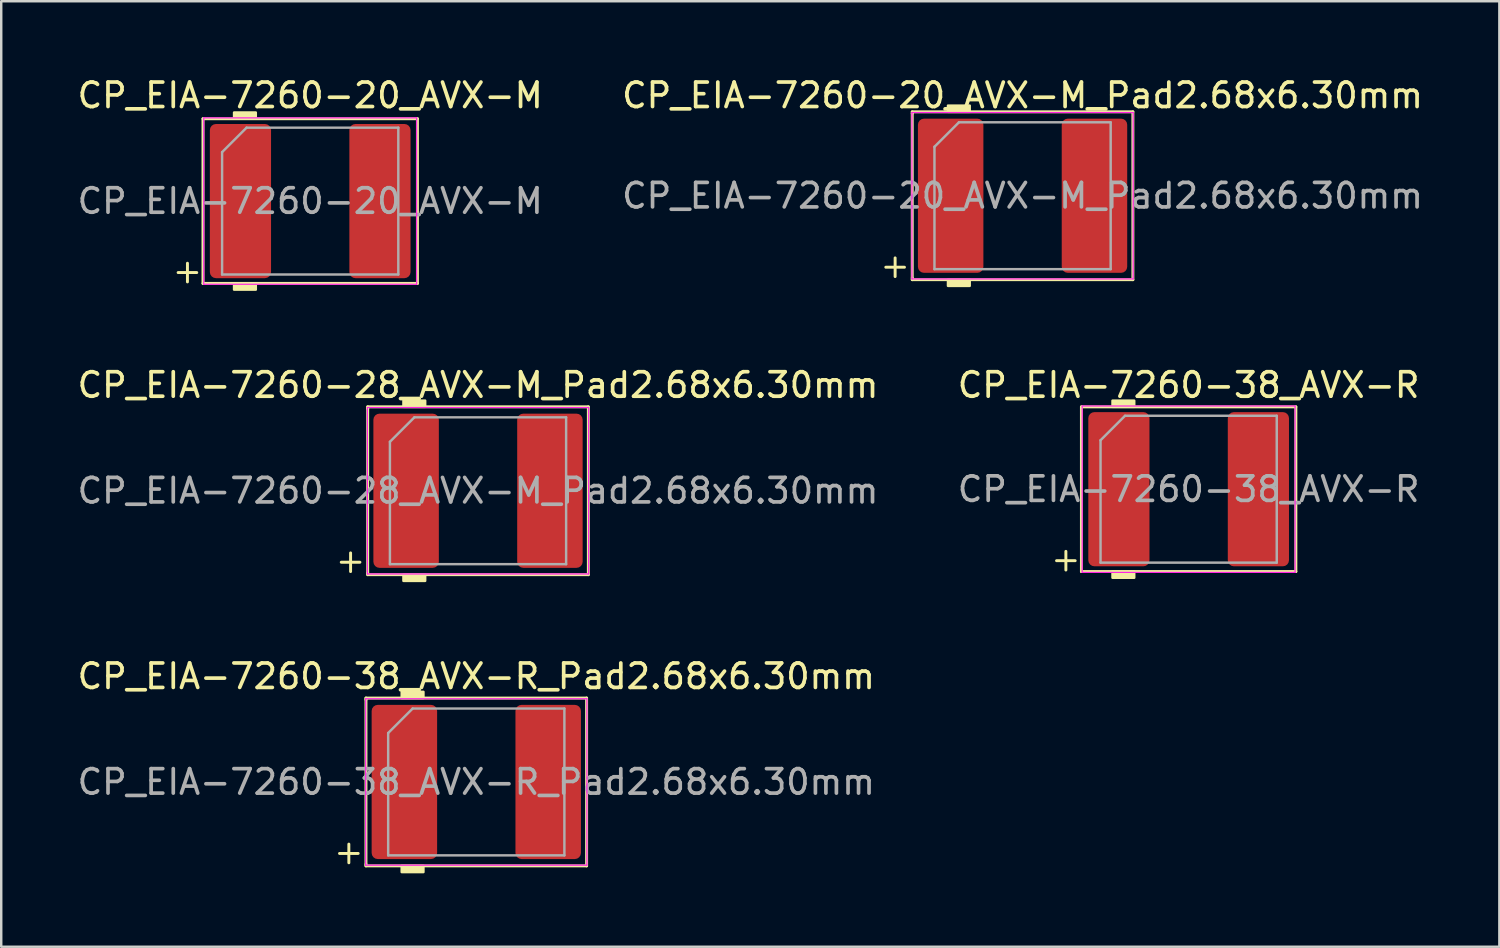
<source format=kicad_pcb>
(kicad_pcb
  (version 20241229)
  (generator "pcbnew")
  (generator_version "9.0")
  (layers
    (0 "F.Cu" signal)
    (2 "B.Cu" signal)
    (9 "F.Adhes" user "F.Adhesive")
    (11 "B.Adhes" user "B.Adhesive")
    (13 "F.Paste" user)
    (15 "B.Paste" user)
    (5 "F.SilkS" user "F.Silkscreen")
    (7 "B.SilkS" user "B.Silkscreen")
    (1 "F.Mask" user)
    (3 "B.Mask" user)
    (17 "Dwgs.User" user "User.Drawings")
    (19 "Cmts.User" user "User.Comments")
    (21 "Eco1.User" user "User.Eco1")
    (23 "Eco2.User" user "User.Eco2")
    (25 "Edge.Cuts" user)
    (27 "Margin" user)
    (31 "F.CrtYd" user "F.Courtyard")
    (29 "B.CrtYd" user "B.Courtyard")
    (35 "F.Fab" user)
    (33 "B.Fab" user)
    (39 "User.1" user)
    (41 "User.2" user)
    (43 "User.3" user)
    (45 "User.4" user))
  (footprint "CP_EIA-7260-38_AVX-R_Pad2.68x6.30mm"
    (layer "F.Cu")
    (at 16.411 28.901)
    (property "Reference" "CP_EIA-7260-38_AVX-R_Pad2.68x6.30mm" (at 0 -4.318 0) (layer "F.SilkS") (effects (font (size 1 1) (thickness 0.15))))
    (attr smd)
    (fp_line (start -5.588 2.921) (end -4.826 2.921) (stroke (width 0.12) (type solid)) (layer "F.SilkS"))
    (fp_line (start -5.207 2.54) (end -5.207 3.302) (stroke (width 0.12) (type solid)) (layer "F.SilkS"))
    (fp_line (start -4.508 -3.429) (end -4.508 -3.365) (stroke (width 0.12) (type solid)) (layer "F.SilkS"))
    (fp_line (start -4.508 -3.365) (end -4.508 3.365) (stroke (width 0.12) (type solid)) (layer "F.SilkS"))
    (fp_line (start -4.508 3.365) (end -4.508 3.429) (stroke (width 0.12) (type solid)) (layer "F.SilkS"))
    (fp_line (start -4.508 3.429) (end 4.508 3.429) (stroke (width 0.12) (type solid)) (layer "F.SilkS"))
    (fp_line (start 4.508 -3.429) (end -4.508 -3.429) (stroke (width 0.12) (type solid)) (layer "F.SilkS"))
    (fp_line (start 4.508 3.429) (end 4.508 -3.429) (stroke (width 0.12) (type solid)) (layer "F.SilkS"))
    (fp_poly (pts (xy -2.159 -3.429) (xy -3.048 -3.429) (xy -3.048 -3.683) (xy -2.159 -3.683)) (stroke (width 0.1) (type solid)) (fill yes) (layer "F.SilkS"))
    (fp_poly (pts (xy -2.159 3.683) (xy -3.048 3.683) (xy -3.048 3.429) (xy -2.159 3.429)) (stroke (width 0.1) (type solid)) (fill yes) (layer "F.SilkS"))
    (fp_line (start -4.52 -3.4) (end 4.52 -3.4) (stroke (width 0.05) (type solid)) (layer "F.CrtYd"))
    (fp_line (start -4.52 3.4) (end -4.52 -3.4) (stroke (width 0.05) (type solid)) (layer "F.CrtYd"))
    (fp_line (start 4.52 -3.4) (end 4.52 3.4) (stroke (width 0.05) (type solid)) (layer "F.CrtYd"))
    (fp_line (start 4.52 3.4) (end -4.52 3.4) (stroke (width 0.05) (type solid)) (layer "F.CrtYd"))
    (fp_line (start -3.6 -2) (end -3.6 3) (stroke (width 0.1) (type solid)) (layer "F.Fab"))
    (fp_line (start -3.6 3) (end 3.6 3) (stroke (width 0.1) (type solid)) (layer "F.Fab"))
    (fp_line (start -2.6 -3) (end -3.6 -2) (stroke (width 0.1) (type solid)) (layer "F.Fab"))
    (fp_line (start 3.6 -3) (end -2.6 -3) (stroke (width 0.1) (type solid)) (layer "F.Fab"))
    (fp_line (start 3.6 3) (end 3.6 -3) (stroke (width 0.1) (type solid)) (layer "F.Fab"))
    (fp_text user "${REFERENCE}" (at 0 0 0) (layer "F.Fab") (effects (font (size 1 1) (thickness 0.15))))
    (pad "1" smd roundrect (at -2.938 0) (size 2.675 6.3) (layers "F.Cu" "F.Mask" "F.Paste") (roundrect_rratio 0.093))
    (pad "2" smd roundrect (at 2.938 0) (size 2.675 6.3) (layers "F.Cu" "F.Mask" "F.Paste") (roundrect_rratio 0.093)))
  (footprint "CP_EIA-7260-28_AVX-M_Pad2.68x6.30mm"
    (layer "F.Cu")
    (at 16.482 17.002)
    (property "Reference" "CP_EIA-7260-28_AVX-M_Pad2.68x6.30mm" (at 0 -4.318 0) (layer "F.SilkS") (effects (font (size 1 1) (thickness 0.15))))
    (attr smd)
    (fp_line (start -5.588 2.921) (end -4.826 2.921) (stroke (width 0.12) (type solid)) (layer "F.SilkS"))
    (fp_line (start -5.207 2.54) (end -5.207 3.302) (stroke (width 0.12) (type solid)) (layer "F.SilkS"))
    (fp_line (start -4.508 -3.429) (end -4.508 -3.365) (stroke (width 0.12) (type solid)) (layer "F.SilkS"))
    (fp_line (start -4.508 -3.365) (end -4.508 3.365) (stroke (width 0.12) (type solid)) (layer "F.SilkS"))
    (fp_line (start -4.508 3.365) (end -4.508 3.429) (stroke (width 0.12) (type solid)) (layer "F.SilkS"))
    (fp_line (start -4.508 3.429) (end 4.508 3.429) (stroke (width 0.12) (type solid)) (layer "F.SilkS"))
    (fp_line (start 4.508 -3.429) (end -4.508 -3.429) (stroke (width 0.12) (type solid)) (layer "F.SilkS"))
    (fp_line (start 4.508 3.429) (end 4.508 -3.429) (stroke (width 0.12) (type solid)) (layer "F.SilkS"))
    (fp_poly (pts (xy -2.159 -3.429) (xy -3.048 -3.429) (xy -3.048 -3.683) (xy -2.159 -3.683)) (stroke (width 0.1) (type solid)) (fill yes) (layer "F.SilkS"))
    (fp_poly (pts (xy -2.159 3.683) (xy -3.048 3.683) (xy -3.048 3.429) (xy -2.159 3.429)) (stroke (width 0.1) (type solid)) (fill yes) (layer "F.SilkS"))
    (fp_line (start -4.52 -3.4) (end 4.52 -3.4) (stroke (width 0.05) (type solid)) (layer "F.CrtYd"))
    (fp_line (start -4.52 3.4) (end -4.52 -3.4) (stroke (width 0.05) (type solid)) (layer "F.CrtYd"))
    (fp_line (start 4.52 -3.4) (end 4.52 3.4) (stroke (width 0.05) (type solid)) (layer "F.CrtYd"))
    (fp_line (start 4.52 3.4) (end -4.52 3.4) (stroke (width 0.05) (type solid)) (layer "F.CrtYd"))
    (fp_line (start -3.6 -2) (end -3.6 3) (stroke (width 0.1) (type solid)) (layer "F.Fab"))
    (fp_line (start -3.6 3) (end 3.6 3) (stroke (width 0.1) (type solid)) (layer "F.Fab"))
    (fp_line (start -2.6 -3) (end -3.6 -2) (stroke (width 0.1) (type solid)) (layer "F.Fab"))
    (fp_line (start 3.6 -3) (end -2.6 -3) (stroke (width 0.1) (type solid)) (layer "F.Fab"))
    (fp_line (start 3.6 3) (end 3.6 -3) (stroke (width 0.1) (type solid)) (layer "F.Fab"))
    (fp_text user "${REFERENCE}" (at 0 0 0) (layer "F.Fab") (effects (font (size 1 1) (thickness 0.15))))
    (pad "1" smd roundrect (at -2.938 0) (size 2.675 6.3) (layers "F.Cu" "F.Mask" "F.Paste") (roundrect_rratio 0.093))
    (pad "2" smd roundrect (at 2.938 0) (size 2.675 6.3) (layers "F.Cu" "F.Mask" "F.Paste") (roundrect_rratio 0.093)))
  (footprint "CP_EIA-7260-38_AVX-R"
    (layer "F.Cu")
    (at 45.518 16.939)
    (property "Reference" "CP_EIA-7260-38_AVX-R" (at 0 -4.255 0) (layer "F.SilkS") (effects (font (size 1 1) (thickness 0.15))))
    (attr smd)
    (fp_line (start -5.397 2.921) (end -4.636 2.921) (stroke (width 0.12) (type solid)) (layer "F.SilkS"))
    (fp_line (start -5.016 2.54) (end -5.016 3.302) (stroke (width 0.12) (type solid)) (layer "F.SilkS"))
    (fp_line (start -4.381 -3.365) (end 4.381 -3.365) (stroke (width 0.12) (type solid)) (layer "F.SilkS"))
    (fp_line (start -4.381 3.365) (end -4.381 -3.365) (stroke (width 0.12) (type solid)) (layer "F.SilkS"))
    (fp_line (start 4.381 -3.365) (end 4.381 3.365) (stroke (width 0.12) (type solid)) (layer "F.SilkS"))
    (fp_line (start 4.381 3.365) (end -4.381 3.365) (stroke (width 0.12) (type solid)) (layer "F.SilkS"))
    (fp_poly (pts (xy -2.223 -3.365) (xy -3.111 -3.365) (xy -3.111 -3.619) (xy -2.223 -3.619)) (stroke (width 0.1) (type solid)) (fill yes) (layer "F.SilkS"))
    (fp_poly (pts (xy -2.223 3.619) (xy -3.111 3.619) (xy -3.111 3.365) (xy -2.223 3.365)) (stroke (width 0.1) (type solid)) (fill yes) (layer "F.SilkS"))
    (fp_line (start -4.35 -3.4) (end 4.35 -3.4) (stroke (width 0.05) (type solid)) (layer "F.CrtYd"))
    (fp_line (start -4.35 3.4) (end -4.35 -3.4) (stroke (width 0.05) (type solid)) (layer "F.CrtYd"))
    (fp_line (start 4.35 -3.4) (end 4.35 3.4) (stroke (width 0.05) (type solid)) (layer "F.CrtYd"))
    (fp_line (start 4.35 3.4) (end -4.35 3.4) (stroke (width 0.05) (type solid)) (layer "F.CrtYd"))
    (fp_line (start -3.6 -2) (end -3.6 3) (stroke (width 0.1) (type solid)) (layer "F.Fab"))
    (fp_line (start -3.6 3) (end 3.6 3) (stroke (width 0.1) (type solid)) (layer "F.Fab"))
    (fp_line (start -2.6 -3) (end -3.6 -2) (stroke (width 0.1) (type solid)) (layer "F.Fab"))
    (fp_line (start 3.6 -3) (end -2.6 -3) (stroke (width 0.1) (type solid)) (layer "F.Fab"))
    (fp_line (start 3.6 3) (end 3.6 -3) (stroke (width 0.1) (type solid)) (layer "F.Fab"))
    (fp_text user "${REFERENCE}" (at 0 0 0) (layer "F.Fab") (effects (font (size 1 1) (thickness 0.15))))
    (pad "1" smd roundrect (at -2.85 0) (size 2.5 6.3) (layers "F.Cu" "F.Mask" "F.Paste") (roundrect_rratio 0.1))
    (pad "2" smd roundrect (at 2.85 0) (size 2.5 6.3) (layers "F.Cu" "F.Mask" "F.Paste") (roundrect_rratio 0.1)))
  (footprint "CP_EIA-7260-20_AVX-M_Pad2.68x6.30mm"
    (layer "F.Cu")
    (at 38.732 4.948)
    (property "Reference" "CP_EIA-7260-20_AVX-M_Pad2.68x6.30mm" (at 0 -4.1 0) (layer "F.SilkS") (effects (font (size 1 1) (thickness 0.15))))
    (attr smd)
    (fp_line (start -5.588 2.921) (end -4.826 2.921) (stroke (width 0.12) (type solid)) (layer "F.SilkS"))
    (fp_line (start -5.207 2.54) (end -5.207 3.302) (stroke (width 0.12) (type solid)) (layer "F.SilkS"))
    (fp_line (start -4.508 -3.429) (end -4.508 -3.365) (stroke (width 0.12) (type solid)) (layer "F.SilkS"))
    (fp_line (start -4.508 -3.365) (end -4.508 3.365) (stroke (width 0.12) (type solid)) (layer "F.SilkS"))
    (fp_line (start -4.508 3.365) (end -4.508 3.429) (stroke (width 0.12) (type solid)) (layer "F.SilkS"))
    (fp_line (start -4.508 3.429) (end 4.508 3.429) (stroke (width 0.12) (type solid)) (layer "F.SilkS"))
    (fp_line (start 4.508 -3.429) (end -4.508 -3.429) (stroke (width 0.12) (type solid)) (layer "F.SilkS"))
    (fp_line (start 4.508 3.429) (end 4.508 -3.429) (stroke (width 0.12) (type solid)) (layer "F.SilkS"))
    (fp_poly (pts (xy -2.159 -3.429) (xy -3.048 -3.429) (xy -3.048 -3.683) (xy -2.159 -3.683)) (stroke (width 0.1) (type solid)) (fill yes) (layer "F.SilkS"))
    (fp_poly (pts (xy -2.159 3.683) (xy -3.048 3.683) (xy -3.048 3.429) (xy -2.159 3.429)) (stroke (width 0.1) (type solid)) (fill yes) (layer "F.SilkS"))
    (fp_line (start -4.52 -3.4) (end 4.52 -3.4) (stroke (width 0.05) (type solid)) (layer "F.CrtYd"))
    (fp_line (start -4.52 3.4) (end -4.52 -3.4) (stroke (width 0.05) (type solid)) (layer "F.CrtYd"))
    (fp_line (start 4.52 -3.4) (end 4.52 3.4) (stroke (width 0.05) (type solid)) (layer "F.CrtYd"))
    (fp_line (start 4.52 3.4) (end -4.52 3.4) (stroke (width 0.05) (type solid)) (layer "F.CrtYd"))
    (fp_line (start -3.6 -2) (end -3.6 3) (stroke (width 0.1) (type solid)) (layer "F.Fab"))
    (fp_line (start -3.6 3) (end 3.6 3) (stroke (width 0.1) (type solid)) (layer "F.Fab"))
    (fp_line (start -2.6 -3) (end -3.6 -2) (stroke (width 0.1) (type solid)) (layer "F.Fab"))
    (fp_line (start 3.6 -3) (end -2.6 -3) (stroke (width 0.1) (type solid)) (layer "F.Fab"))
    (fp_line (start 3.6 3) (end 3.6 -3) (stroke (width 0.1) (type solid)) (layer "F.Fab"))
    (fp_text user "${REFERENCE}" (at 0 0 0) (layer "F.Fab") (effects (font (size 1 1) (thickness 0.15))))
    (pad "1" smd roundrect (at -2.938 0) (size 2.675 6.3) (layers "F.Cu" "F.Mask" "F.Paste") (roundrect_rratio 0.093))
    (pad "2" smd roundrect (at 2.938 0) (size 2.675 6.3) (layers "F.Cu" "F.Mask" "F.Paste") (roundrect_rratio 0.093)))
  (footprint "CP_EIA-7260-20_AVX-M"
    (layer "F.Cu")
    (at 9.625 5.166)
    (property "Reference" "CP_EIA-7260-20_AVX-M" (at 0 -4.318 0) (layer "F.SilkS") (effects (font (size 1 1) (thickness 0.15))))
    (attr smd)
    (fp_line (start -5.397 2.921) (end -4.636 2.921) (stroke (width 0.12) (type solid)) (layer "F.SilkS"))
    (fp_line (start -5.016 2.54) (end -5.016 3.302) (stroke (width 0.12) (type solid)) (layer "F.SilkS"))
    (fp_line (start -4.381 -3.365) (end 4.381 -3.365) (stroke (width 0.12) (type solid)) (layer "F.SilkS"))
    (fp_line (start -4.381 3.365) (end -4.381 -3.365) (stroke (width 0.12) (type solid)) (layer "F.SilkS"))
    (fp_line (start 4.381 -3.365) (end 4.381 3.365) (stroke (width 0.12) (type solid)) (layer "F.SilkS"))
    (fp_line (start 4.381 3.365) (end -4.381 3.365) (stroke (width 0.12) (type solid)) (layer "F.SilkS"))
    (fp_poly (pts (xy -2.223 -3.365) (xy -3.111 -3.365) (xy -3.111 -3.619) (xy -2.223 -3.619)) (stroke (width 0.1) (type solid)) (fill yes) (layer "F.SilkS"))
    (fp_poly (pts (xy -2.223 3.619) (xy -3.111 3.619) (xy -3.111 3.365) (xy -2.223 3.365)) (stroke (width 0.1) (type solid)) (fill yes) (layer "F.SilkS"))
    (fp_line (start -4.35 -3.4) (end 4.35 -3.4) (stroke (width 0.05) (type solid)) (layer "F.CrtYd"))
    (fp_line (start -4.35 3.4) (end -4.35 -3.4) (stroke (width 0.05) (type solid)) (layer "F.CrtYd"))
    (fp_line (start 4.35 -3.4) (end 4.35 3.4) (stroke (width 0.05) (type solid)) (layer "F.CrtYd"))
    (fp_line (start 4.35 3.4) (end -4.35 3.4) (stroke (width 0.05) (type solid)) (layer "F.CrtYd"))
    (fp_line (start -3.6 -2) (end -3.6 3) (stroke (width 0.1) (type solid)) (layer "F.Fab"))
    (fp_line (start -3.6 3) (end 3.6 3) (stroke (width 0.1) (type solid)) (layer "F.Fab"))
    (fp_line (start -2.6 -3) (end -3.6 -2) (stroke (width 0.1) (type solid)) (layer "F.Fab"))
    (fp_line (start 3.6 -3) (end -2.6 -3) (stroke (width 0.1) (type solid)) (layer "F.Fab"))
    (fp_line (start 3.6 3) (end 3.6 -3) (stroke (width 0.1) (type solid)) (layer "F.Fab"))
    (fp_text user "${REFERENCE}" (at 0 0 0) (layer "F.Fab") (effects (font (size 1 1) (thickness 0.15))))
    (pad "1" smd roundrect (at -2.85 0) (size 2.5 6.3) (layers "F.Cu" "F.Mask" "F.Paste") (roundrect_rratio 0.1))
    (pad "2" smd roundrect (at 2.85 0) (size 2.5 6.3) (layers "F.Cu" "F.Mask" "F.Paste") (roundrect_rratio 0.1)))
  (gr_rect
    (start -3 -3)
    (end 58.214 35.634)
    (stroke (width 0.1) (type default))
    (fill no)
    (layer "Edge.Cuts")))
</source>
